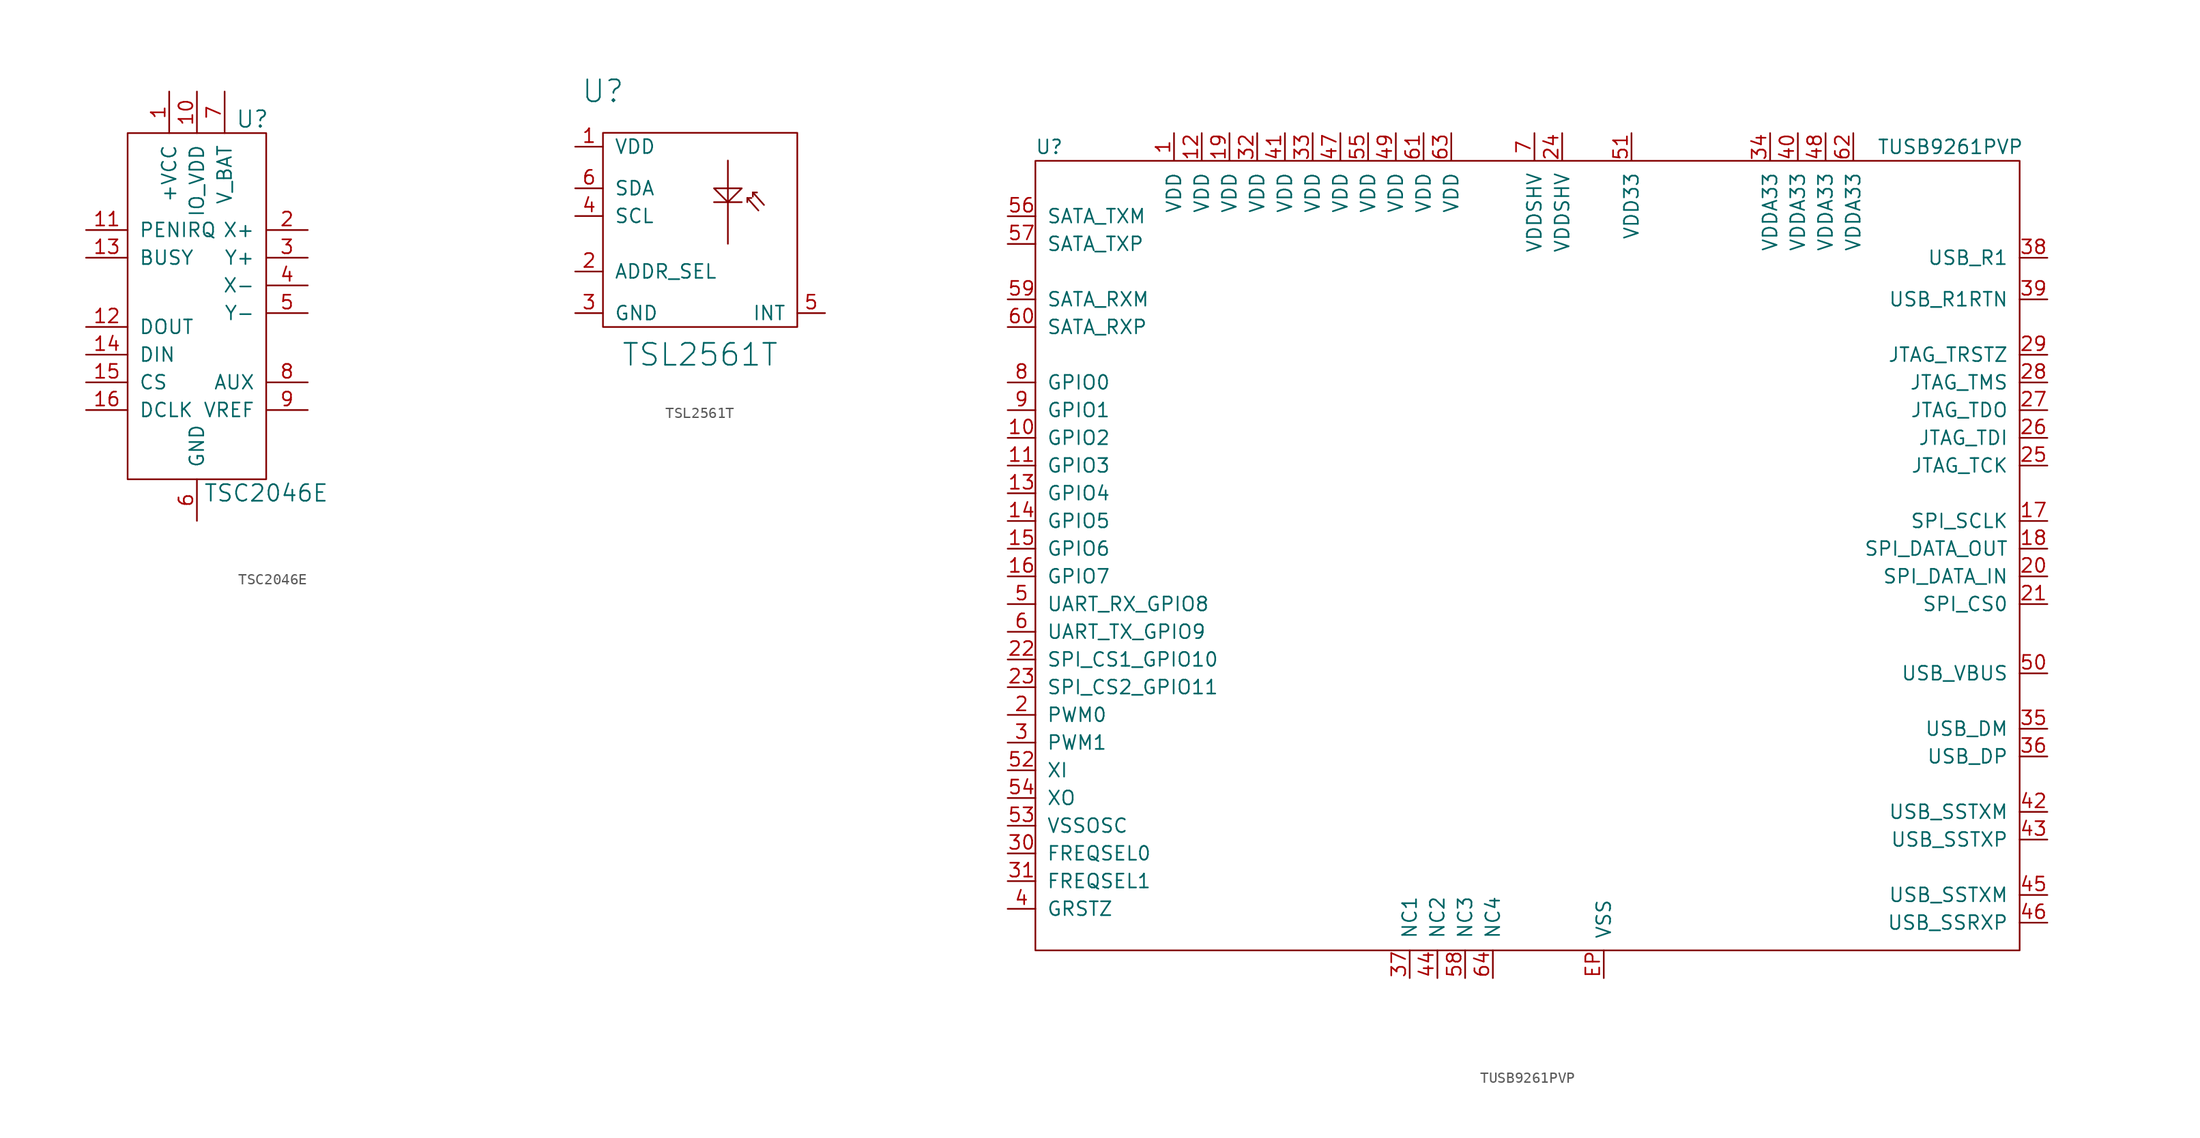
<source format=kicad_sym>
(kicad_symbol_lib
  (version 20210619)
  (generator kicad_symbol_editor)
  (symbol "tinkerforge:TSC2046E"
    (pin_names
      (offset 1.016))
    (property "Reference" "U"
      (at 5.08 21.59 0)
      (effects (font (size 1.524 1.524))))
    (property "Value" "TSC2046E"
      (at 6.35 -12.7 0)
      (effects (font (size 1.524 1.524))))
    (property "Footprint" ""
      (at 24.13 22.86 0)
      (effects (font (size 1.524 1.524))))
    (property "Datasheet" ""
      (at 24.13 22.86 0)
      (effects (font (size 1.524 1.524))))
    (symbol "TSC2046E_0_1"
      (rectangle (start -6.35 20.32) (end 6.35 -11.43) (stroke (width 0)) (fill (type none))))
    (symbol "TSC2046E_1_1"
      (pin passive line (at -2.54 24.13 270) (length 3.81) (name "+VCC" (effects (font (size 1.27 1.27)))) (number "1" (effects (font (size 1.27 1.27)))))
      (pin passive line (at 0 24.13 270) (length 3.81) (name "IO_VDD" (effects (font (size 1.27 1.27)))) (number "10" (effects (font (size 1.27 1.27)))))
      (pin passive line (at -10.16 11.43 0) (length 3.81) (name "PENIRQ" (effects (font (size 1.27 1.27)))) (number "11" (effects (font (size 1.27 1.27)))))
      (pin passive line (at -10.16 2.54 0) (length 3.81) (name "DOUT" (effects (font (size 1.27 1.27)))) (number "12" (effects (font (size 1.27 1.27)))))
      (pin passive line (at -10.16 8.89 0) (length 3.81) (name "BUSY" (effects (font (size 1.27 1.27)))) (number "13" (effects (font (size 1.27 1.27)))))
      (pin passive line (at -10.16 0 0) (length 3.81) (name "DIN" (effects (font (size 1.27 1.27)))) (number "14" (effects (font (size 1.27 1.27)))))
      (pin passive line (at -10.16 -2.54 0) (length 3.81) (name "CS" (effects (font (size 1.27 1.27)))) (number "15" (effects (font (size 1.27 1.27)))))
      (pin passive line (at -10.16 -5.08 0) (length 3.81) (name "DCLK" (effects (font (size 1.27 1.27)))) (number "16" (effects (font (size 1.27 1.27)))))
      (pin passive line (at 10.16 11.43 180) (length 3.81) (name "X+" (effects (font (size 1.27 1.27)))) (number "2" (effects (font (size 1.27 1.27)))))
      (pin passive line (at 10.16 8.89 180) (length 3.81) (name "Y+" (effects (font (size 1.27 1.27)))) (number "3" (effects (font (size 1.27 1.27)))))
      (pin passive line (at 10.16 6.35 180) (length 3.81) (name "X-" (effects (font (size 1.27 1.27)))) (number "4" (effects (font (size 1.27 1.27)))))
      (pin passive line (at 10.16 3.81 180) (length 3.81) (name "Y-" (effects (font (size 1.27 1.27)))) (number "5" (effects (font (size 1.27 1.27)))))
      (pin passive line (at 0 -15.24 90) (length 3.81) (name "GND" (effects (font (size 1.27 1.27)))) (number "6" (effects (font (size 1.27 1.27)))))
      (pin passive line (at 2.54 24.13 270) (length 3.81) (name "V_BAT" (effects (font (size 1.27 1.27)))) (number "7" (effects (font (size 1.27 1.27)))))
      (pin passive line (at 10.16 -2.54 180) (length 3.81) (name "AUX" (effects (font (size 1.27 1.27)))) (number "8" (effects (font (size 1.27 1.27)))))
      (pin passive line (at 10.16 -5.08 180) (length 3.81) (name "VREF" (effects (font (size 1.27 1.27)))) (number "9" (effects (font (size 1.27 1.27)))))))
  (symbol "tinkerforge:TSL2561T"
    (pin_names
      (offset 1.016))
    (property "Reference" "U"
      (at -8.89 12.7 0)
      (effects (font (size 2.007 2.007))))
    (property "Value" "TSL2561T"
      (at 0 -11.43 0)
      (effects (font (size 2.007 2.007))))
    (symbol "TSL2561T_0_1"
      (rectangle (start -8.89 8.89) (end 8.89 -8.89) (stroke (width 0)) (fill (type none)))
      (polyline (pts (xy 1.27 2.54) (xy 3.81 2.54)) (stroke (width 0)) (fill (type none)))
      (polyline (pts (xy 2.54 6.35) (xy 2.54 -1.27)) (stroke (width 0)) (fill (type none)))
      (polyline (pts (xy 4.318 2.921) (xy 4.318 2.54)) (stroke (width 0)) (fill (type none)))
      (polyline (pts (xy 4.318 2.921) (xy 4.699 2.921)) (stroke (width 0)) (fill (type none)))
      (polyline (pts (xy 4.318 2.921) (xy 5.334 1.778)) (stroke (width 0)) (fill (type none)))
      (polyline (pts (xy 4.826 3.429) (xy 4.826 3.048)) (stroke (width 0)) (fill (type none)))
      (polyline (pts (xy 4.826 3.429) (xy 5.207 3.429)) (stroke (width 0)) (fill (type none)))
      (polyline (pts (xy 4.826 3.429) (xy 5.842 2.286)) (stroke (width 0)) (fill (type none)))
      (polyline (pts (xy 1.27 3.81) (xy 3.81 3.81) (xy 2.54 2.54) (xy 1.27 3.81)) (stroke (width 0)) (fill (type none))))
    (symbol "TSL2561T_1_1"
      (pin passive line (at -11.43 7.62 0) (length 2.54) (name "VDD" (effects (font (size 1.27 1.27)))) (number "1" (effects (font (size 1.27 1.27)))))
      (pin passive line (at -11.43 -3.81 0) (length 2.54) (name "ADDR_SEL" (effects (font (size 1.27 1.27)))) (number "2" (effects (font (size 1.27 1.27)))))
      (pin passive line (at -11.43 -7.62 0) (length 2.54) (name "GND" (effects (font (size 1.27 1.27)))) (number "3" (effects (font (size 1.27 1.27)))))
      (pin passive line (at -11.43 1.27 0) (length 2.54) (name "SCL" (effects (font (size 1.27 1.27)))) (number "4" (effects (font (size 1.27 1.27)))))
      (pin passive line (at 11.43 -7.62 180) (length 2.54) (name "INT" (effects (font (size 1.27 1.27)))) (number "5" (effects (font (size 1.27 1.27)))))
      (pin passive line (at -11.43 3.81 0) (length 2.54) (name "SDA" (effects (font (size 1.27 1.27)))) (number "6" (effects (font (size 1.27 1.27)))))))
  (symbol "tinkerforge:TUSB9261PVP"
    (pin_names
      (offset 1.016))
    (property "Reference" "U"
      (at -43.18 36.83 0)
      (effects (font (size 1.27 1.27))))
    (property "Value" "TUSB9261PVP"
      (at 39.37 36.83 0)
      (effects (font (size 1.27 1.27))))
    (symbol "TUSB9261PVP_0_1"
      (rectangle (start -44.45 35.56) (end 45.72 -36.83) (stroke (width 0)) (fill (type none))))
    (symbol "TUSB9261PVP_1_1"
      (pin passive line (at -31.75 38.1 270) (length 2.54) (name "VDD" (effects (font (size 1.27 1.27)))) (number "1" (effects (font (size 1.27 1.27)))))
      (pin passive line (at -46.99 10.16 0) (length 2.54) (name "GPIO2" (effects (font (size 1.27 1.27)))) (number "10" (effects (font (size 1.27 1.27)))))
      (pin passive line (at -46.99 7.62 0) (length 2.54) (name "GPIO3" (effects (font (size 1.27 1.27)))) (number "11" (effects (font (size 1.27 1.27)))))
      (pin passive line (at -29.21 38.1 270) (length 2.54) (name "VDD" (effects (font (size 1.27 1.27)))) (number "12" (effects (font (size 1.27 1.27)))))
      (pin passive line (at -46.99 5.08 0) (length 2.54) (name "GPIO4" (effects (font (size 1.27 1.27)))) (number "13" (effects (font (size 1.27 1.27)))))
      (pin passive line (at -46.99 2.54 0) (length 2.54) (name "GPIO5" (effects (font (size 1.27 1.27)))) (number "14" (effects (font (size 1.27 1.27)))))
      (pin passive line (at -46.99 0 0) (length 2.54) (name "GPIO6" (effects (font (size 1.27 1.27)))) (number "15" (effects (font (size 1.27 1.27)))))
      (pin passive line (at -46.99 -2.54 0) (length 2.54) (name "GPIO7" (effects (font (size 1.27 1.27)))) (number "16" (effects (font (size 1.27 1.27)))))
      (pin passive line (at 48.26 2.54 180) (length 2.54) (name "SPI_SCLK" (effects (font (size 1.27 1.27)))) (number "17" (effects (font (size 1.27 1.27)))))
      (pin passive line (at 48.26 0 180) (length 2.54) (name "SPI_DATA_OUT" (effects (font (size 1.27 1.27)))) (number "18" (effects (font (size 1.27 1.27)))))
      (pin passive line (at -26.67 38.1 270) (length 2.54) (name "VDD" (effects (font (size 1.27 1.27)))) (number "19" (effects (font (size 1.27 1.27)))))
      (pin passive line (at -46.99 -15.24 0) (length 2.54) (name "PWM0" (effects (font (size 1.27 1.27)))) (number "2" (effects (font (size 1.27 1.27)))))
      (pin passive line (at 48.26 -2.54 180) (length 2.54) (name "SPI_DATA_IN" (effects (font (size 1.27 1.27)))) (number "20" (effects (font (size 1.27 1.27)))))
      (pin passive line (at 48.26 -5.08 180) (length 2.54) (name "SPI_CS0" (effects (font (size 1.27 1.27)))) (number "21" (effects (font (size 1.27 1.27)))))
      (pin passive line (at -46.99 -10.16 0) (length 2.54) (name "SPI_CS1_GPIO10" (effects (font (size 1.27 1.27)))) (number "22" (effects (font (size 1.27 1.27)))))
      (pin passive line (at -46.99 -12.7 0) (length 2.54) (name "SPI_CS2_GPIO11" (effects (font (size 1.27 1.27)))) (number "23" (effects (font (size 1.27 1.27)))))
      (pin passive line (at 3.81 38.1 270) (length 2.54) (name "VDDSHV" (effects (font (size 1.27 1.27)))) (number "24" (effects (font (size 1.27 1.27)))))
      (pin passive line (at 48.26 7.62 180) (length 2.54) (name "JTAG_TCK" (effects (font (size 1.27 1.27)))) (number "25" (effects (font (size 1.27 1.27)))))
      (pin passive line (at 48.26 10.16 180) (length 2.54) (name "JTAG_TDI" (effects (font (size 1.27 1.27)))) (number "26" (effects (font (size 1.27 1.27)))))
      (pin passive line (at 48.26 12.7 180) (length 2.54) (name "JTAG_TDO" (effects (font (size 1.27 1.27)))) (number "27" (effects (font (size 1.27 1.27)))))
      (pin passive line (at 48.26 15.24 180) (length 2.54) (name "JTAG_TMS" (effects (font (size 1.27 1.27)))) (number "28" (effects (font (size 1.27 1.27)))))
      (pin passive line (at 48.26 17.78 180) (length 2.54) (name "JTAG_TRSTZ" (effects (font (size 1.27 1.27)))) (number "29" (effects (font (size 1.27 1.27)))))
      (pin passive line (at -46.99 -17.78 0) (length 2.54) (name "PWM1" (effects (font (size 1.27 1.27)))) (number "3" (effects (font (size 1.27 1.27)))))
      (pin passive line (at -46.99 -27.94 0) (length 2.54) (name "FREQSEL0" (effects (font (size 1.27 1.27)))) (number "30" (effects (font (size 1.27 1.27)))))
      (pin passive line (at -46.99 -30.48 0) (length 2.54) (name "FREQSEL1" (effects (font (size 1.27 1.27)))) (number "31" (effects (font (size 1.27 1.27)))))
      (pin passive line (at -24.13 38.1 270) (length 2.54) (name "VDD" (effects (font (size 1.27 1.27)))) (number "32" (effects (font (size 1.27 1.27)))))
      (pin passive line (at -19.05 38.1 270) (length 2.54) (name "VDD" (effects (font (size 1.27 1.27)))) (number "33" (effects (font (size 1.27 1.27)))))
      (pin passive line (at 22.86 38.1 270) (length 2.54) (name "VDDA33" (effects (font (size 1.27 1.27)))) (number "34" (effects (font (size 1.27 1.27)))))
      (pin passive line (at 48.26 -16.51 180) (length 2.54) (name "USB_DM" (effects (font (size 1.27 1.27)))) (number "35" (effects (font (size 1.27 1.27)))))
      (pin passive line (at 48.26 -19.05 180) (length 2.54) (name "USB_DP" (effects (font (size 1.27 1.27)))) (number "36" (effects (font (size 1.27 1.27)))))
      (pin passive line (at -10.16 -39.37 90) (length 2.54) (name "NC1" (effects (font (size 1.27 1.27)))) (number "37" (effects (font (size 1.27 1.27)))))
      (pin passive line (at 48.26 26.67 180) (length 2.54) (name "USB_R1" (effects (font (size 1.27 1.27)))) (number "38" (effects (font (size 1.27 1.27)))))
      (pin passive line (at 48.26 22.86 180) (length 2.54) (name "USB_R1RTN" (effects (font (size 1.27 1.27)))) (number "39" (effects (font (size 1.27 1.27)))))
      (pin passive line (at -46.99 -33.02 0) (length 2.54) (name "GRSTZ" (effects (font (size 1.27 1.27)))) (number "4" (effects (font (size 1.27 1.27)))))
      (pin passive line (at 25.4 38.1 270) (length 2.54) (name "VDDA33" (effects (font (size 1.27 1.27)))) (number "40" (effects (font (size 1.27 1.27)))))
      (pin passive line (at -21.59 38.1 270) (length 2.54) (name "VDD" (effects (font (size 1.27 1.27)))) (number "41" (effects (font (size 1.27 1.27)))))
      (pin passive line (at 48.26 -24.13 180) (length 2.54) (name "USB_SSTXM" (effects (font (size 1.27 1.27)))) (number "42" (effects (font (size 1.27 1.27)))))
      (pin passive line (at 48.26 -26.67 180) (length 2.54) (name "USB_SSTXP" (effects (font (size 1.27 1.27)))) (number "43" (effects (font (size 1.27 1.27)))))
      (pin passive line (at -7.62 -39.37 90) (length 2.54) (name "NC2" (effects (font (size 1.27 1.27)))) (number "44" (effects (font (size 1.27 1.27)))))
      (pin passive line (at 48.26 -31.75 180) (length 2.54) (name "USB_SSTXM" (effects (font (size 1.27 1.27)))) (number "45" (effects (font (size 1.27 1.27)))))
      (pin passive line (at 48.26 -34.29 180) (length 2.54) (name "USB_SSRXP" (effects (font (size 1.27 1.27)))) (number "46" (effects (font (size 1.27 1.27)))))
      (pin passive line (at -16.51 38.1 270) (length 2.54) (name "VDD" (effects (font (size 1.27 1.27)))) (number "47" (effects (font (size 1.27 1.27)))))
      (pin passive line (at 27.94 38.1 270) (length 2.54) (name "VDDA33" (effects (font (size 1.27 1.27)))) (number "48" (effects (font (size 1.27 1.27)))))
      (pin passive line (at -11.43 38.1 270) (length 2.54) (name "VDD" (effects (font (size 1.27 1.27)))) (number "49" (effects (font (size 1.27 1.27)))))
      (pin passive line (at -46.99 -5.08 0) (length 2.54) (name "UART_RX_GPIO8" (effects (font (size 1.27 1.27)))) (number "5" (effects (font (size 1.27 1.27)))))
      (pin passive line (at 48.26 -11.43 180) (length 2.54) (name "USB_VBUS" (effects (font (size 1.27 1.27)))) (number "50" (effects (font (size 1.27 1.27)))))
      (pin passive line (at 10.16 38.1 270) (length 2.54) (name "VDD33" (effects (font (size 1.27 1.27)))) (number "51" (effects (font (size 1.27 1.27)))))
      (pin passive line (at -46.99 -20.32 0) (length 2.54) (name "XI" (effects (font (size 1.27 1.27)))) (number "52" (effects (font (size 1.27 1.27)))))
      (pin passive line (at -46.99 -25.4 0) (length 2.54) (name "VSSOSC" (effects (font (size 1.27 1.27)))) (number "53" (effects (font (size 1.27 1.27)))))
      (pin passive line (at -46.99 -22.86 0) (length 2.54) (name "XO" (effects (font (size 1.27 1.27)))) (number "54" (effects (font (size 1.27 1.27)))))
      (pin passive line (at -13.97 38.1 270) (length 2.54) (name "VDD" (effects (font (size 1.27 1.27)))) (number "55" (effects (font (size 1.27 1.27)))))
      (pin passive line (at -46.99 30.48 0) (length 2.54) (name "SATA_TXM" (effects (font (size 1.27 1.27)))) (number "56" (effects (font (size 1.27 1.27)))))
      (pin passive line (at -46.99 27.94 0) (length 2.54) (name "SATA_TXP" (effects (font (size 1.27 1.27)))) (number "57" (effects (font (size 1.27 1.27)))))
      (pin passive line (at -5.08 -39.37 90) (length 2.54) (name "NC3" (effects (font (size 1.27 1.27)))) (number "58" (effects (font (size 1.27 1.27)))))
      (pin passive line (at -46.99 22.86 0) (length 2.54) (name "SATA_RXM" (effects (font (size 1.27 1.27)))) (number "59" (effects (font (size 1.27 1.27)))))
      (pin passive line (at -46.99 -7.62 0) (length 2.54) (name "UART_TX_GPIO9" (effects (font (size 1.27 1.27)))) (number "6" (effects (font (size 1.27 1.27)))))
      (pin passive line (at -46.99 20.32 0) (length 2.54) (name "SATA_RXP" (effects (font (size 1.27 1.27)))) (number "60" (effects (font (size 1.27 1.27)))))
      (pin passive line (at -8.89 38.1 270) (length 2.54) (name "VDD" (effects (font (size 1.27 1.27)))) (number "61" (effects (font (size 1.27 1.27)))))
      (pin passive line (at 30.48 38.1 270) (length 2.54) (name "VDDA33" (effects (font (size 1.27 1.27)))) (number "62" (effects (font (size 1.27 1.27)))))
      (pin passive line (at -6.35 38.1 270) (length 2.54) (name "VDD" (effects (font (size 1.27 1.27)))) (number "63" (effects (font (size 1.27 1.27)))))
      (pin passive line (at -2.54 -39.37 90) (length 2.54) (name "NC4" (effects (font (size 1.27 1.27)))) (number "64" (effects (font (size 1.27 1.27)))))
      (pin passive line (at 1.27 38.1 270) (length 2.54) (name "VDDSHV" (effects (font (size 1.27 1.27)))) (number "7" (effects (font (size 1.27 1.27)))))
      (pin passive line (at -46.99 15.24 0) (length 2.54) (name "GPIO0" (effects (font (size 1.27 1.27)))) (number "8" (effects (font (size 1.27 1.27)))))
      (pin passive line (at -46.99 12.7 0) (length 2.54) (name "GPIO1" (effects (font (size 1.27 1.27)))) (number "9" (effects (font (size 1.27 1.27)))))
      (pin passive line (at 7.62 -39.37 90) (length 2.54) (name "VSS" (effects (font (size 1.27 1.27)))) (number "EP" (effects (font (size 1.27 1.27))))))))
</source>
